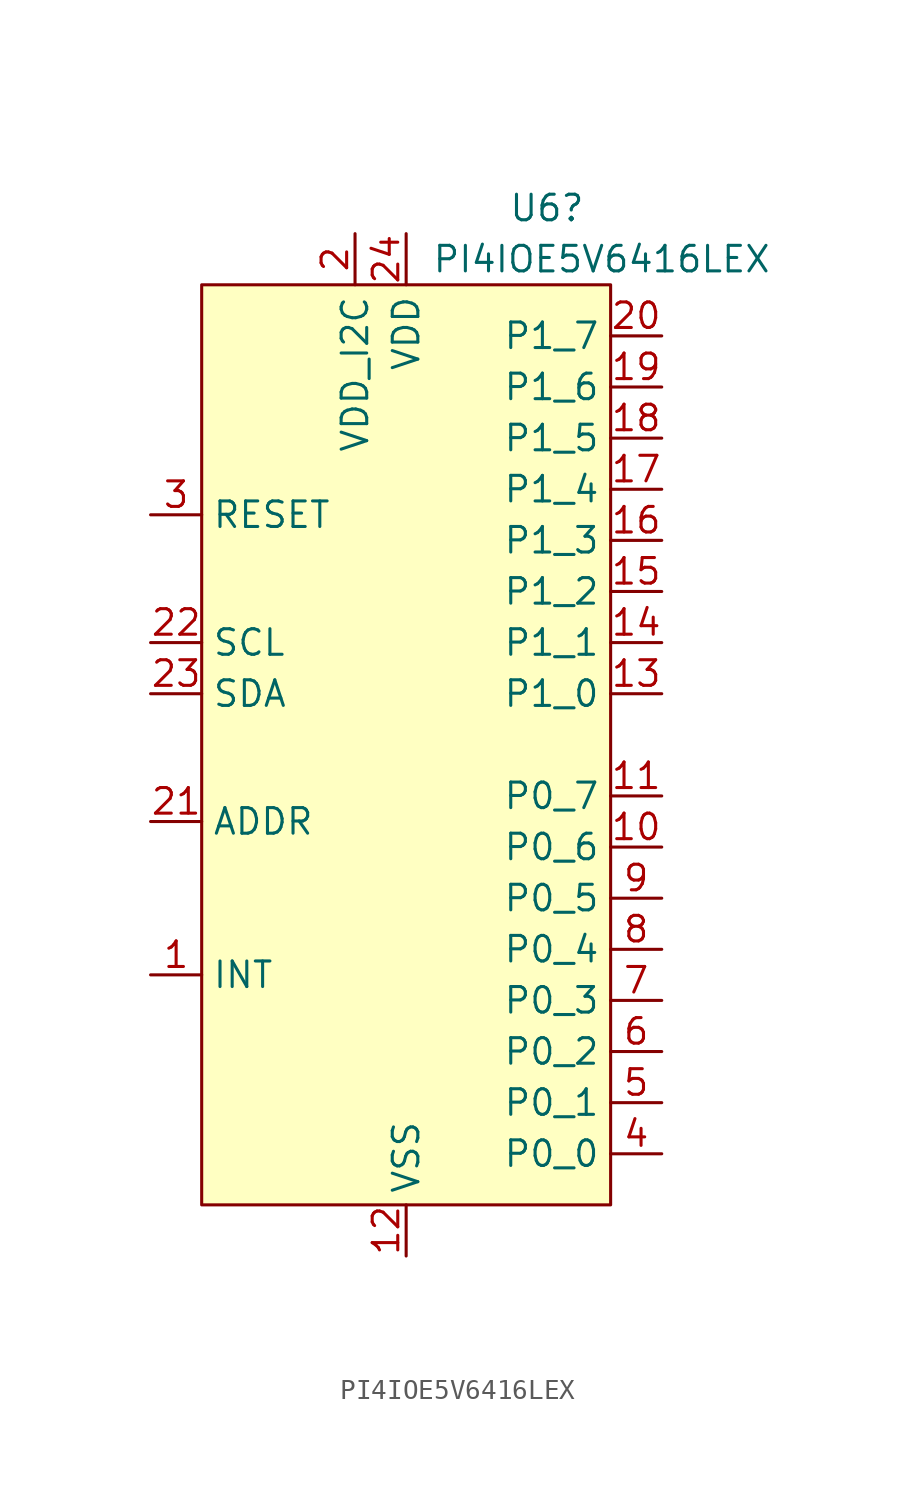
<source format=kicad_sym>
(kicad_symbol_lib
  (version 20220914)
  (generator kicad_symbol_editor)
  (symbol "PI4IOE5V6416LEX"
    (property "Reference" "U6"
      (at 5.08 -6.35 0)
      (effects (font (size 1.27 1.27)) (justify left)))
    (property "Value" "PI4IOE5V6416LEX"
      (at 1.27 -8.89 0)
      (effects (font (size 1.27 1.27)) (justify left)))
    (symbol "PI4IOE5V6416LEX_0_1"
      (rectangle (start -10.16 -10.16) (end 10.16 -55.88) (stroke (width 0) (type default)) (fill (type background))))
    (symbol "PI4IOE5V6416LEX_1_1"
      (pin output line (at -12.7 -44.45 0) (length 2.54) (name "INT" (effects (font (size 1.27 1.27)))) (number "1" (effects (font (size 1.27 1.27)))))
      (pin bidirectional line (at 12.7 -38.1 180) (length 2.54) (name "P0_6" (effects (font (size 1.27 1.27)))) (number "10" (effects (font (size 1.27 1.27)))))
      (pin bidirectional line (at 12.7 -35.56 180) (length 2.54) (name "P0_7" (effects (font (size 1.27 1.27)))) (number "11" (effects (font (size 1.27 1.27)))))
      (pin power_in line (at 0 -58.42 90) (length 2.54) (name "VSS" (effects (font (size 1.27 1.27)))) (number "12" (effects (font (size 1.27 1.27)))))
      (pin bidirectional line (at 12.7 -30.48 180) (length 2.54) (name "P1_0" (effects (font (size 1.27 1.27)))) (number "13" (effects (font (size 1.27 1.27)))))
      (pin bidirectional line (at 12.7 -27.94 180) (length 2.54) (name "P1_1" (effects (font (size 1.27 1.27)))) (number "14" (effects (font (size 1.27 1.27)))))
      (pin bidirectional line (at 12.7 -25.4 180) (length 2.54) (name "P1_2" (effects (font (size 1.27 1.27)))) (number "15" (effects (font (size 1.27 1.27)))))
      (pin bidirectional line (at 12.7 -22.86 180) (length 2.54) (name "P1_3" (effects (font (size 1.27 1.27)))) (number "16" (effects (font (size 1.27 1.27)))))
      (pin bidirectional line (at 12.7 -20.32 180) (length 2.54) (name "P1_4" (effects (font (size 1.27 1.27)))) (number "17" (effects (font (size 1.27 1.27)))))
      (pin bidirectional line (at 12.7 -17.78 180) (length 2.54) (name "P1_5" (effects (font (size 1.27 1.27)))) (number "18" (effects (font (size 1.27 1.27)))))
      (pin bidirectional line (at 12.7 -15.24 180) (length 2.54) (name "P1_6" (effects (font (size 1.27 1.27)))) (number "19" (effects (font (size 1.27 1.27)))))
      (pin power_in line (at -2.54 -7.62 270) (length 2.54) (name "VDD_I2C" (effects (font (size 1.27 1.27)))) (number "2" (effects (font (size 1.27 1.27)))))
      (pin bidirectional line (at 12.7 -12.7 180) (length 2.54) (name "P1_7" (effects (font (size 1.27 1.27)))) (number "20" (effects (font (size 1.27 1.27)))))
      (pin input line (at -12.7 -36.83 0) (length 2.54) (name "ADDR" (effects (font (size 1.27 1.27)))) (number "21" (effects (font (size 1.27 1.27)))))
      (pin input line (at -12.7 -27.94 0) (length 2.54) (name "SCL" (effects (font (size 1.27 1.27)))) (number "22" (effects (font (size 1.27 1.27)))))
      (pin bidirectional line (at -12.7 -30.48 0) (length 2.54) (name "SDA" (effects (font (size 1.27 1.27)))) (number "23" (effects (font (size 1.27 1.27)))))
      (pin power_in line (at 0 -7.62 270) (length 2.54) (name "VDD" (effects (font (size 1.27 1.27)))) (number "24" (effects (font (size 1.27 1.27)))))
      (pin input line (at -12.7 -21.59 0) (length 2.54) (name "RESET" (effects (font (size 1.27 1.27)))) (number "3" (effects (font (size 1.27 1.27)))))
      (pin bidirectional line (at 12.7 -53.34 180) (length 2.54) (name "P0_0" (effects (font (size 1.27 1.27)))) (number "4" (effects (font (size 1.27 1.27)))))
      (pin bidirectional line (at 12.7 -50.8 180) (length 2.54) (name "P0_1" (effects (font (size 1.27 1.27)))) (number "5" (effects (font (size 1.27 1.27)))))
      (pin bidirectional line (at 12.7 -48.26 180) (length 2.54) (name "P0_2" (effects (font (size 1.27 1.27)))) (number "6" (effects (font (size 1.27 1.27)))))
      (pin bidirectional line (at 12.7 -45.72 180) (length 2.54) (name "P0_3" (effects (font (size 1.27 1.27)))) (number "7" (effects (font (size 1.27 1.27)))))
      (pin bidirectional line (at 12.7 -43.18 180) (length 2.54) (name "P0_4" (effects (font (size 1.27 1.27)))) (number "8" (effects (font (size 1.27 1.27)))))
      (pin bidirectional line (at 12.7 -40.64 180) (length 2.54) (name "P0_5" (effects (font (size 1.27 1.27)))) (number "9" (effects (font (size 1.27 1.27))))))))
</source>
